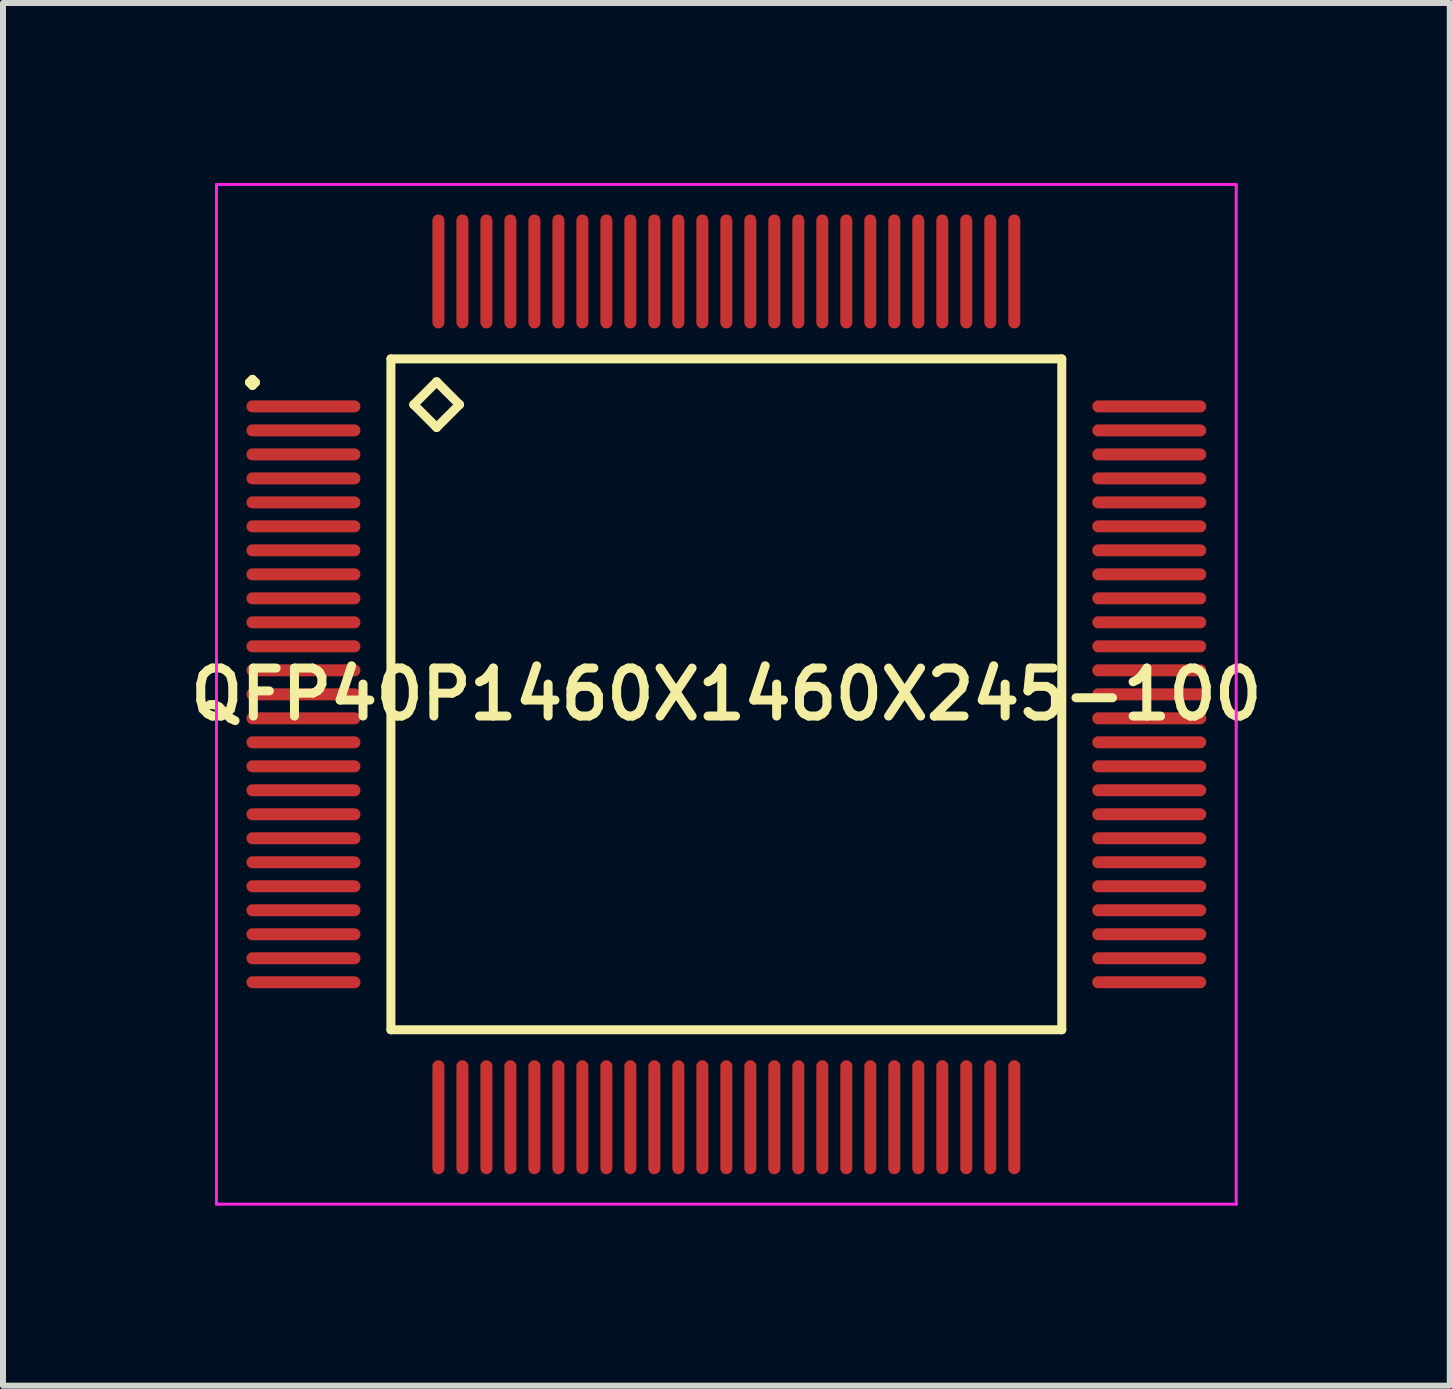
<source format=kicad_pcb>
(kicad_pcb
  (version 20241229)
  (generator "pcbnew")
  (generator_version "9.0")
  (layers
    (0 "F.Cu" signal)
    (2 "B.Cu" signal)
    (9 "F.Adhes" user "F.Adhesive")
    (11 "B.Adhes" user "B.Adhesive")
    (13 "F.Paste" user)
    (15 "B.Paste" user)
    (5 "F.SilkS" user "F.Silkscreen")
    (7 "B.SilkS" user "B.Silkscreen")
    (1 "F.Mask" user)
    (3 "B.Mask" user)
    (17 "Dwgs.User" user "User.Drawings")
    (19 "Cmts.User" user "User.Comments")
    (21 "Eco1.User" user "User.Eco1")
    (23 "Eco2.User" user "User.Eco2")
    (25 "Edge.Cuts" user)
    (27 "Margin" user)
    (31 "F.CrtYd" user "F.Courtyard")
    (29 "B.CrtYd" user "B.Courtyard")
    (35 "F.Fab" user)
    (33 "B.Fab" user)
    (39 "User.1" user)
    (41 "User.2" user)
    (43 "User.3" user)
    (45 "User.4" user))
  (footprint "QFP40P1460X1460X245-100"
    (layer "F.Cu")
    (at 9.059 8.525)
    (property "Reference" "QFP40P1460X1460X245-100" (at 0 0 0) (layer "F.SilkS") (effects (font (size 0.8 0.8) (thickness 0.15))))
    (attr smd)
    (fp_line (start -7.95 -5.2) (end -7.9 -5.25) (stroke (width 0.15) (type solid)) (layer "F.SilkS"))
    (fp_line (start -7.9 -5.25) (end -7.85 -5.2) (stroke (width 0.15) (type solid)) (layer "F.SilkS"))
    (fp_line (start -7.9 -5.15) (end -7.95 -5.2) (stroke (width 0.15) (type solid)) (layer "F.SilkS"))
    (fp_line (start -7.85 -5.2) (end -7.9 -5.15) (stroke (width 0.15) (type solid)) (layer "F.SilkS"))
    (fp_line (start -5.592 -5.592) (end -5.592 5.592) (stroke (width 0.15) (type solid)) (layer "F.SilkS"))
    (fp_line (start -5.592 5.592) (end 5.592 5.592) (stroke (width 0.15) (type solid)) (layer "F.SilkS"))
    (fp_line (start -5.211 -4.83) (end -4.83 -5.211) (stroke (width 0.15) (type solid)) (layer "F.SilkS"))
    (fp_line (start -4.83 -5.211) (end -4.449 -4.83) (stroke (width 0.15) (type solid)) (layer "F.SilkS"))
    (fp_line (start -4.83 -4.449) (end -5.211 -4.83) (stroke (width 0.15) (type solid)) (layer "F.SilkS"))
    (fp_line (start -4.449 -4.83) (end -4.83 -4.449) (stroke (width 0.15) (type solid)) (layer "F.SilkS"))
    (fp_line (start 5.592 -5.592) (end -5.592 -5.592) (stroke (width 0.15) (type solid)) (layer "F.SilkS"))
    (fp_line (start 5.592 5.592) (end 5.592 -5.592) (stroke (width 0.15) (type solid)) (layer "F.SilkS"))
    (fp_line (start -8.5 -8.5) (end 8.5 -8.5) (stroke (width 0.05) (type solid)) (layer "F.CrtYd"))
    (fp_line (start -8.5 8.5) (end -8.5 -8.5) (stroke (width 0.05) (type solid)) (layer "F.CrtYd"))
    (fp_line (start 8.5 -8.5) (end 8.5 8.5) (stroke (width 0.05) (type solid)) (layer "F.CrtYd"))
    (fp_line (start 8.5 8.5) (end -8.5 8.5) (stroke (width 0.05) (type solid)) (layer "F.CrtYd"))
    (pad "1" smd oval (at -7.05 -4.8) (size 1.9 0.2) (layers "F.Cu" "F.Mask" "F.Paste"))
    (pad "2" smd oval (at -7.05 -4.4) (size 1.9 0.2) (layers "F.Cu" "F.Mask" "F.Paste"))
    (pad "3" smd oval (at -7.05 -4) (size 1.9 0.2) (layers "F.Cu" "F.Mask" "F.Paste"))
    (pad "4" smd oval (at -7.05 -3.6) (size 1.9 0.2) (layers "F.Cu" "F.Mask" "F.Paste"))
    (pad "5" smd oval (at -7.05 -3.2) (size 1.9 0.2) (layers "F.Cu" "F.Mask" "F.Paste"))
    (pad "6" smd oval (at -7.05 -2.8) (size 1.9 0.2) (layers "F.Cu" "F.Mask" "F.Paste"))
    (pad "7" smd oval (at -7.05 -2.4) (size 1.9 0.2) (layers "F.Cu" "F.Mask" "F.Paste"))
    (pad "8" smd oval (at -7.05 -2) (size 1.9 0.2) (layers "F.Cu" "F.Mask" "F.Paste"))
    (pad "9" smd oval (at -7.05 -1.6) (size 1.9 0.2) (layers "F.Cu" "F.Mask" "F.Paste"))
    (pad "10" smd oval (at -7.05 -1.2) (size 1.9 0.2) (layers "F.Cu" "F.Mask" "F.Paste"))
    (pad "11" smd oval (at -7.05 -0.8) (size 1.9 0.2) (layers "F.Cu" "F.Mask" "F.Paste"))
    (pad "12" smd oval (at -7.05 -0.4) (size 1.9 0.2) (layers "F.Cu" "F.Mask" "F.Paste"))
    (pad "13" smd oval (at -7.05 0) (size 1.9 0.2) (layers "F.Cu" "F.Mask" "F.Paste"))
    (pad "14" smd oval (at -7.05 0.4) (size 1.9 0.2) (layers "F.Cu" "F.Mask" "F.Paste"))
    (pad "15" smd oval (at -7.05 0.8) (size 1.9 0.2) (layers "F.Cu" "F.Mask" "F.Paste"))
    (pad "16" smd oval (at -7.05 1.2) (size 1.9 0.2) (layers "F.Cu" "F.Mask" "F.Paste"))
    (pad "17" smd oval (at -7.05 1.6) (size 1.9 0.2) (layers "F.Cu" "F.Mask" "F.Paste"))
    (pad "18" smd oval (at -7.05 2) (size 1.9 0.2) (layers "F.Cu" "F.Mask" "F.Paste"))
    (pad "19" smd oval (at -7.05 2.4) (size 1.9 0.2) (layers "F.Cu" "F.Mask" "F.Paste"))
    (pad "20" smd oval (at -7.05 2.8) (size 1.9 0.2) (layers "F.Cu" "F.Mask" "F.Paste"))
    (pad "21" smd oval (at -7.05 3.2) (size 1.9 0.2) (layers "F.Cu" "F.Mask" "F.Paste"))
    (pad "22" smd oval (at -7.05 3.6) (size 1.9 0.2) (layers "F.Cu" "F.Mask" "F.Paste"))
    (pad "23" smd oval (at -7.05 4) (size 1.9 0.2) (layers "F.Cu" "F.Mask" "F.Paste"))
    (pad "24" smd oval (at -7.05 4.4) (size 1.9 0.2) (layers "F.Cu" "F.Mask" "F.Paste"))
    (pad "25" smd oval (at -7.05 4.8) (size 1.9 0.2) (layers "F.Cu" "F.Mask" "F.Paste"))
    (pad "26" smd oval (at -4.8 7.05) (size 0.2 1.9) (layers "F.Cu" "F.Mask" "F.Paste"))
    (pad "27" smd oval (at -4.4 7.05) (size 0.2 1.9) (layers "F.Cu" "F.Mask" "F.Paste"))
    (pad "28" smd oval (at -4 7.05) (size 0.2 1.9) (layers "F.Cu" "F.Mask" "F.Paste"))
    (pad "29" smd oval (at -3.6 7.05) (size 0.2 1.9) (layers "F.Cu" "F.Mask" "F.Paste"))
    (pad "30" smd oval (at -3.2 7.05) (size 0.2 1.9) (layers "F.Cu" "F.Mask" "F.Paste"))
    (pad "31" smd oval (at -2.8 7.05) (size 0.2 1.9) (layers "F.Cu" "F.Mask" "F.Paste"))
    (pad "32" smd oval (at -2.4 7.05) (size 0.2 1.9) (layers "F.Cu" "F.Mask" "F.Paste"))
    (pad "33" smd oval (at -2 7.05) (size 0.2 1.9) (layers "F.Cu" "F.Mask" "F.Paste"))
    (pad "34" smd oval (at -1.6 7.05) (size 0.2 1.9) (layers "F.Cu" "F.Mask" "F.Paste"))
    (pad "35" smd oval (at -1.2 7.05) (size 0.2 1.9) (layers "F.Cu" "F.Mask" "F.Paste"))
    (pad "36" smd oval (at -0.8 7.05) (size 0.2 1.9) (layers "F.Cu" "F.Mask" "F.Paste"))
    (pad "37" smd oval (at -0.4 7.05) (size 0.2 1.9) (layers "F.Cu" "F.Mask" "F.Paste"))
    (pad "38" smd oval (at 0 7.05) (size 0.2 1.9) (layers "F.Cu" "F.Mask" "F.Paste"))
    (pad "39" smd oval (at 0.4 7.05) (size 0.2 1.9) (layers "F.Cu" "F.Mask" "F.Paste"))
    (pad "40" smd oval (at 0.8 7.05) (size 0.2 1.9) (layers "F.Cu" "F.Mask" "F.Paste"))
    (pad "41" smd oval (at 1.2 7.05) (size 0.2 1.9) (layers "F.Cu" "F.Mask" "F.Paste"))
    (pad "42" smd oval (at 1.6 7.05) (size 0.2 1.9) (layers "F.Cu" "F.Mask" "F.Paste"))
    (pad "43" smd oval (at 2 7.05) (size 0.2 1.9) (layers "F.Cu" "F.Mask" "F.Paste"))
    (pad "44" smd oval (at 2.4 7.05) (size 0.2 1.9) (layers "F.Cu" "F.Mask" "F.Paste"))
    (pad "45" smd oval (at 2.8 7.05) (size 0.2 1.9) (layers "F.Cu" "F.Mask" "F.Paste"))
    (pad "46" smd oval (at 3.2 7.05) (size 0.2 1.9) (layers "F.Cu" "F.Mask" "F.Paste"))
    (pad "47" smd oval (at 3.6 7.05) (size 0.2 1.9) (layers "F.Cu" "F.Mask" "F.Paste"))
    (pad "48" smd oval (at 4 7.05) (size 0.2 1.9) (layers "F.Cu" "F.Mask" "F.Paste"))
    (pad "49" smd oval (at 4.4 7.05) (size 0.2 1.9) (layers "F.Cu" "F.Mask" "F.Paste"))
    (pad "50" smd oval (at 4.8 7.05) (size 0.2 1.9) (layers "F.Cu" "F.Mask" "F.Paste"))
    (pad "51" smd oval (at 7.05 4.8) (size 1.9 0.2) (layers "F.Cu" "F.Mask" "F.Paste"))
    (pad "52" smd oval (at 7.05 4.4) (size 1.9 0.2) (layers "F.Cu" "F.Mask" "F.Paste"))
    (pad "53" smd oval (at 7.05 4) (size 1.9 0.2) (layers "F.Cu" "F.Mask" "F.Paste"))
    (pad "54" smd oval (at 7.05 3.6) (size 1.9 0.2) (layers "F.Cu" "F.Mask" "F.Paste"))
    (pad "55" smd oval (at 7.05 3.2) (size 1.9 0.2) (layers "F.Cu" "F.Mask" "F.Paste"))
    (pad "56" smd oval (at 7.05 2.8) (size 1.9 0.2) (layers "F.Cu" "F.Mask" "F.Paste"))
    (pad "57" smd oval (at 7.05 2.4) (size 1.9 0.2) (layers "F.Cu" "F.Mask" "F.Paste"))
    (pad "58" smd oval (at 7.05 2) (size 1.9 0.2) (layers "F.Cu" "F.Mask" "F.Paste"))
    (pad "59" smd oval (at 7.05 1.6) (size 1.9 0.2) (layers "F.Cu" "F.Mask" "F.Paste"))
    (pad "60" smd oval (at 7.05 1.2) (size 1.9 0.2) (layers "F.Cu" "F.Mask" "F.Paste"))
    (pad "61" smd oval (at 7.05 0.8) (size 1.9 0.2) (layers "F.Cu" "F.Mask" "F.Paste"))
    (pad "62" smd oval (at 7.05 0.4) (size 1.9 0.2) (layers "F.Cu" "F.Mask" "F.Paste"))
    (pad "63" smd oval (at 7.05 0) (size 1.9 0.2) (layers "F.Cu" "F.Mask" "F.Paste"))
    (pad "64" smd oval (at 7.05 -0.4) (size 1.9 0.2) (layers "F.Cu" "F.Mask" "F.Paste"))
    (pad "65" smd oval (at 7.05 -0.8) (size 1.9 0.2) (layers "F.Cu" "F.Mask" "F.Paste"))
    (pad "66" smd oval (at 7.05 -1.2) (size 1.9 0.2) (layers "F.Cu" "F.Mask" "F.Paste"))
    (pad "67" smd oval (at 7.05 -1.6) (size 1.9 0.2) (layers "F.Cu" "F.Mask" "F.Paste"))
    (pad "68" smd oval (at 7.05 -2) (size 1.9 0.2) (layers "F.Cu" "F.Mask" "F.Paste"))
    (pad "69" smd oval (at 7.05 -2.4) (size 1.9 0.2) (layers "F.Cu" "F.Mask" "F.Paste"))
    (pad "70" smd oval (at 7.05 -2.8) (size 1.9 0.2) (layers "F.Cu" "F.Mask" "F.Paste"))
    (pad "71" smd oval (at 7.05 -3.2) (size 1.9 0.2) (layers "F.Cu" "F.Mask" "F.Paste"))
    (pad "72" smd oval (at 7.05 -3.6) (size 1.9 0.2) (layers "F.Cu" "F.Mask" "F.Paste"))
    (pad "73" smd oval (at 7.05 -4) (size 1.9 0.2) (layers "F.Cu" "F.Mask" "F.Paste"))
    (pad "74" smd oval (at 7.05 -4.4) (size 1.9 0.2) (layers "F.Cu" "F.Mask" "F.Paste"))
    (pad "75" smd oval (at 7.05 -4.8) (size 1.9 0.2) (layers "F.Cu" "F.Mask" "F.Paste"))
    (pad "76" smd oval (at 4.8 -7.05) (size 0.2 1.9) (layers "F.Cu" "F.Mask" "F.Paste"))
    (pad "77" smd oval (at 4.4 -7.05) (size 0.2 1.9) (layers "F.Cu" "F.Mask" "F.Paste"))
    (pad "78" smd oval (at 4 -7.05) (size 0.2 1.9) (layers "F.Cu" "F.Mask" "F.Paste"))
    (pad "79" smd oval (at 3.6 -7.05) (size 0.2 1.9) (layers "F.Cu" "F.Mask" "F.Paste"))
    (pad "80" smd oval (at 3.2 -7.05) (size 0.2 1.9) (layers "F.Cu" "F.Mask" "F.Paste"))
    (pad "81" smd oval (at 2.8 -7.05) (size 0.2 1.9) (layers "F.Cu" "F.Mask" "F.Paste"))
    (pad "82" smd oval (at 2.4 -7.05) (size 0.2 1.9) (layers "F.Cu" "F.Mask" "F.Paste"))
    (pad "83" smd oval (at 2 -7.05) (size 0.2 1.9) (layers "F.Cu" "F.Mask" "F.Paste"))
    (pad "84" smd oval (at 1.6 -7.05) (size 0.2 1.9) (layers "F.Cu" "F.Mask" "F.Paste"))
    (pad "85" smd oval (at 1.2 -7.05) (size 0.2 1.9) (layers "F.Cu" "F.Mask" "F.Paste"))
    (pad "86" smd oval (at 0.8 -7.05) (size 0.2 1.9) (layers "F.Cu" "F.Mask" "F.Paste"))
    (pad "87" smd oval (at 0.4 -7.05) (size 0.2 1.9) (layers "F.Cu" "F.Mask" "F.Paste"))
    (pad "88" smd oval (at 0 -7.05) (size 0.2 1.9) (layers "F.Cu" "F.Mask" "F.Paste"))
    (pad "89" smd oval (at -0.4 -7.05) (size 0.2 1.9) (layers "F.Cu" "F.Mask" "F.Paste"))
    (pad "90" smd oval (at -0.8 -7.05) (size 0.2 1.9) (layers "F.Cu" "F.Mask" "F.Paste"))
    (pad "91" smd oval (at -1.2 -7.05) (size 0.2 1.9) (layers "F.Cu" "F.Mask" "F.Paste"))
    (pad "92" smd oval (at -1.6 -7.05) (size 0.2 1.9) (layers "F.Cu" "F.Mask" "F.Paste"))
    (pad "93" smd oval (at -2 -7.05) (size 0.2 1.9) (layers "F.Cu" "F.Mask" "F.Paste"))
    (pad "94" smd oval (at -2.4 -7.05) (size 0.2 1.9) (layers "F.Cu" "F.Mask" "F.Paste"))
    (pad "95" smd oval (at -2.8 -7.05) (size 0.2 1.9) (layers "F.Cu" "F.Mask" "F.Paste"))
    (pad "96" smd oval (at -3.2 -7.05) (size 0.2 1.9) (layers "F.Cu" "F.Mask" "F.Paste"))
    (pad "97" smd oval (at -3.6 -7.05) (size 0.2 1.9) (layers "F.Cu" "F.Mask" "F.Paste"))
    (pad "98" smd oval (at -4 -7.05) (size 0.2 1.9) (layers "F.Cu" "F.Mask" "F.Paste"))
    (pad "99" smd oval (at -4.4 -7.05) (size 0.2 1.9) (layers "F.Cu" "F.Mask" "F.Paste"))
    (pad "100" smd oval (at -4.8 -7.05) (size 0.2 1.9) (layers "F.Cu" "F.Mask" "F.Paste")))
  (gr_rect
    (start -3 -3)
    (end 21.119 20.05)
    (stroke (width 0.1) (type default))
    (fill no)
    (layer "Edge.Cuts")))
</source>
